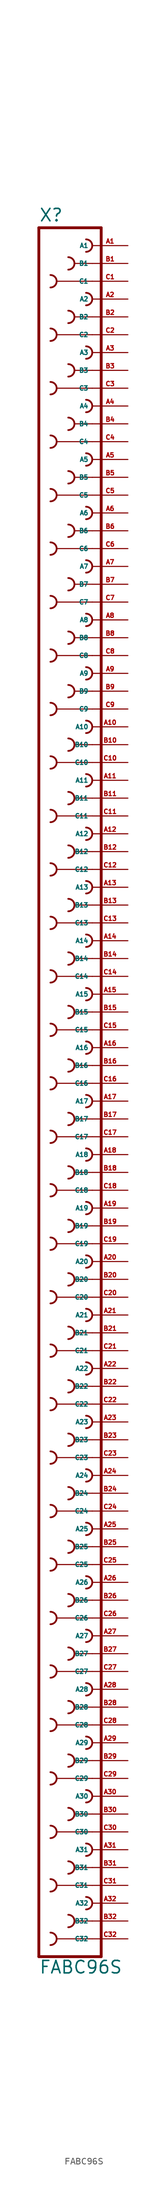
<source format=kicad_sym>
(kicad_symbol_lib
  (version 20220914)
  (generator Eagle2Kicad)
  (symbol "FABC96S"
    (property "Reference" "X"
      (at -5.08 112.522 0)
      (effects (font (size 1.778 1.778) (thickness 0.22)) (justify left bottom)))
    (property "Value" "FABC96S"
      (at -5.08 -137.16 0)
      (effects (font (size 1.778 1.778) (thickness 0.22)) (justify left bottom)))
    (polyline
      (pts (xy 3.81 -134.62) (xy -5.08 -134.62))
      (stroke (width 0.406) (type default))
      (fill (type none)))
    (polyline
      (pts (xy -5.08 111.76) (xy -5.08 -134.62))
      (stroke (width 0.406) (type default))
      (fill (type none)))
    (polyline
      (pts (xy -5.08 111.76) (xy 3.81 111.76))
      (stroke (width 0.406) (type default))
      (fill (type none)))
    (polyline
      (pts (xy 3.81 -134.62) (xy 3.81 111.76))
      (stroke (width 0.406) (type default))
      (fill (type none)))
    (arc
      (start -0.889 21.971)
      (mid 0.000 22.860)
      (end -0.889 23.749)
      (stroke (width 0.254) (type default))
      (fill (type none)))
    (arc
      (start 1.651 24.511)
      (mid 2.540 25.400)
      (end 1.651 26.289)
      (stroke (width 0.254) (type default))
      (fill (type none)))
    (arc
      (start -3.429 27.051)
      (mid -2.540 27.940)
      (end -3.429 28.829)
      (stroke (width 0.254) (type default))
      (fill (type none)))
    (arc
      (start -0.889 29.591)
      (mid 0.000 30.480)
      (end -0.889 31.369)
      (stroke (width 0.254) (type default))
      (fill (type none)))
    (arc
      (start 1.651 32.131)
      (mid 2.540 33.020)
      (end 1.651 33.909)
      (stroke (width 0.254) (type default))
      (fill (type none)))
    (arc
      (start -3.429 34.671)
      (mid -2.540 35.560)
      (end -3.429 36.449)
      (stroke (width 0.254) (type default))
      (fill (type none)))
    (arc
      (start 1.651 39.751)
      (mid 2.540 40.640)
      (end 1.651 41.529)
      (stroke (width 0.254) (type default))
      (fill (type none)))
    (arc
      (start -0.889 37.211)
      (mid 0.000 38.100)
      (end -0.889 38.989)
      (stroke (width 0.254) (type default))
      (fill (type none)))
    (arc
      (start -3.429 42.291)
      (mid -2.540 43.180)
      (end -3.429 44.069)
      (stroke (width 0.254) (type default))
      (fill (type none)))
    (arc
      (start 1.651 47.371)
      (mid 2.540 48.260)
      (end 1.651 49.149)
      (stroke (width 0.254) (type default))
      (fill (type none)))
    (arc
      (start -0.889 44.831)
      (mid 0.000 45.720)
      (end -0.889 46.609)
      (stroke (width 0.254) (type default))
      (fill (type none)))
    (arc
      (start -3.429 49.911)
      (mid -2.540 50.800)
      (end -3.429 51.689)
      (stroke (width 0.254) (type default))
      (fill (type none)))
    (arc
      (start -0.889 52.451)
      (mid 0.000 53.340)
      (end -0.889 54.229)
      (stroke (width 0.254) (type default))
      (fill (type none)))
    (arc
      (start -3.429 19.431)
      (mid -2.540 20.320)
      (end -3.429 21.209)
      (stroke (width 0.254) (type default))
      (fill (type none)))
    (arc
      (start 1.651 16.891)
      (mid 2.540 17.780)
      (end 1.651 18.669)
      (stroke (width 0.254) (type default))
      (fill (type none)))
    (arc
      (start -0.889 14.351)
      (mid 0.000 15.240)
      (end -0.889 16.129)
      (stroke (width 0.254) (type default))
      (fill (type none)))
    (arc
      (start -3.429 11.811)
      (mid -2.540 12.700)
      (end -3.429 13.589)
      (stroke (width 0.254) (type default))
      (fill (type none)))
    (arc
      (start 1.651 9.271)
      (mid 2.540 10.160)
      (end 1.651 11.049)
      (stroke (width 0.254) (type default))
      (fill (type none)))
    (arc
      (start -0.889 6.731)
      (mid 0.000 7.620)
      (end -0.889 8.509)
      (stroke (width 0.254) (type default))
      (fill (type none)))
    (arc
      (start -3.429 4.191)
      (mid -2.540 5.080)
      (end -3.429 5.969)
      (stroke (width 0.254) (type default))
      (fill (type none)))
    (arc
      (start 1.651 1.651)
      (mid 2.540 2.540)
      (end 1.651 3.429)
      (stroke (width 0.254) (type default))
      (fill (type none)))
    (arc
      (start -0.889 -0.889)
      (mid 0.000 0.000)
      (end -0.889 0.889)
      (stroke (width 0.254) (type default))
      (fill (type none)))
    (arc
      (start -3.429 -3.429)
      (mid -2.540 -2.540)
      (end -3.429 -1.651)
      (stroke (width 0.254) (type default))
      (fill (type none)))
    (arc
      (start 1.651 -5.969)
      (mid 2.540 -5.080)
      (end 1.651 -4.191)
      (stroke (width 0.254) (type default))
      (fill (type none)))
    (arc
      (start -0.889 -8.509)
      (mid 0.000 -7.620)
      (end -0.889 -6.731)
      (stroke (width 0.254) (type default))
      (fill (type none)))
    (arc
      (start -3.429 -11.049)
      (mid -2.540 -10.160)
      (end -3.429 -9.271)
      (stroke (width 0.254) (type default))
      (fill (type none)))
    (arc
      (start 1.651 -13.589)
      (mid 2.540 -12.700)
      (end 1.651 -11.811)
      (stroke (width 0.254) (type default))
      (fill (type none)))
    (arc
      (start -0.889 -16.129)
      (mid 0.000 -15.240)
      (end -0.889 -14.351)
      (stroke (width 0.254) (type default))
      (fill (type none)))
    (arc
      (start -3.429 -18.669)
      (mid -2.540 -17.780)
      (end -3.429 -16.891)
      (stroke (width 0.254) (type default))
      (fill (type none)))
    (arc
      (start 1.651 -21.209)
      (mid 2.540 -20.320)
      (end 1.651 -19.431)
      (stroke (width 0.254) (type default))
      (fill (type none)))
    (arc
      (start -0.889 -23.749)
      (mid 0.000 -22.860)
      (end -0.889 -21.971)
      (stroke (width 0.254) (type default))
      (fill (type none)))
    (arc
      (start -3.429 -26.289)
      (mid -2.540 -25.400)
      (end -3.429 -24.511)
      (stroke (width 0.254) (type default))
      (fill (type none)))
    (arc
      (start 1.651 -28.829)
      (mid 2.540 -27.940)
      (end 1.651 -27.051)
      (stroke (width 0.254) (type default))
      (fill (type none)))
    (arc
      (start 1.651 54.991)
      (mid 2.540 55.880)
      (end 1.651 56.769)
      (stroke (width 0.254) (type default))
      (fill (type none)))
    (arc
      (start -3.429 57.531)
      (mid -2.540 58.420)
      (end -3.429 59.309)
      (stroke (width 0.254) (type default))
      (fill (type none)))
    (arc
      (start -0.889 60.071)
      (mid 0.000 60.960)
      (end -0.889 61.849)
      (stroke (width 0.254) (type default))
      (fill (type none)))
    (arc
      (start 1.651 62.611)
      (mid 2.540 63.500)
      (end 1.651 64.389)
      (stroke (width 0.254) (type default))
      (fill (type none)))
    (arc
      (start -3.429 65.151)
      (mid -2.540 66.040)
      (end -3.429 66.929)
      (stroke (width 0.254) (type default))
      (fill (type none)))
    (arc
      (start -0.889 67.691)
      (mid 0.000 68.580)
      (end -0.889 69.469)
      (stroke (width 0.254) (type default))
      (fill (type none)))
    (arc
      (start 1.651 70.231)
      (mid 2.540 71.120)
      (end 1.651 72.009)
      (stroke (width 0.254) (type default))
      (fill (type none)))
    (arc
      (start -3.429 72.771)
      (mid -2.540 73.660)
      (end -3.429 74.549)
      (stroke (width 0.254) (type default))
      (fill (type none)))
    (arc
      (start -0.889 75.311)
      (mid 0.000 76.200)
      (end -0.889 77.089)
      (stroke (width 0.254) (type default))
      (fill (type none)))
    (arc
      (start 1.651 77.851)
      (mid 2.540 78.740)
      (end 1.651 79.629)
      (stroke (width 0.254) (type default))
      (fill (type none)))
    (arc
      (start -3.429 80.391)
      (mid -2.540 81.280)
      (end -3.429 82.169)
      (stroke (width 0.254) (type default))
      (fill (type none)))
    (arc
      (start -0.889 82.931)
      (mid 0.000 83.820)
      (end -0.889 84.709)
      (stroke (width 0.254) (type default))
      (fill (type none)))
    (arc
      (start 1.651 85.471)
      (mid 2.540 86.360)
      (end 1.651 87.249)
      (stroke (width 0.254) (type default))
      (fill (type none)))
    (arc
      (start -3.429 88.011)
      (mid -2.540 88.900)
      (end -3.429 89.789)
      (stroke (width 0.254) (type default))
      (fill (type none)))
    (arc
      (start -0.889 -31.369)
      (mid 0.000 -30.480)
      (end -0.889 -29.591)
      (stroke (width 0.254) (type default))
      (fill (type none)))
    (arc
      (start -3.429 -33.909)
      (mid -2.540 -33.020)
      (end -3.429 -32.131)
      (stroke (width 0.254) (type default))
      (fill (type none)))
    (arc
      (start 1.651 -36.449)
      (mid 2.540 -35.560)
      (end 1.651 -34.671)
      (stroke (width 0.254) (type default))
      (fill (type none)))
    (arc
      (start -0.889 -38.989)
      (mid 0.000 -38.100)
      (end -0.889 -37.211)
      (stroke (width 0.254) (type default))
      (fill (type none)))
    (arc
      (start -3.429 -41.529)
      (mid -2.540 -40.640)
      (end -3.429 -39.751)
      (stroke (width 0.254) (type default))
      (fill (type none)))
    (arc
      (start 1.651 -44.069)
      (mid 2.540 -43.180)
      (end 1.651 -42.291)
      (stroke (width 0.254) (type default))
      (fill (type none)))
    (arc
      (start -0.889 -46.609)
      (mid 0.000 -45.720)
      (end -0.889 -44.831)
      (stroke (width 0.254) (type default))
      (fill (type none)))
    (arc
      (start -3.429 -49.149)
      (mid -2.540 -48.260)
      (end -3.429 -47.371)
      (stroke (width 0.254) (type default))
      (fill (type none)))
    (arc
      (start 1.651 -51.689)
      (mid 2.540 -50.800)
      (end 1.651 -49.911)
      (stroke (width 0.254) (type default))
      (fill (type none)))
    (arc
      (start -0.889 -54.229)
      (mid 0.000 -53.340)
      (end -0.889 -52.451)
      (stroke (width 0.254) (type default))
      (fill (type none)))
    (arc
      (start -0.889 98.171)
      (mid 0.000 99.060)
      (end -0.889 99.949)
      (stroke (width 0.254) (type default))
      (fill (type none)))
    (arc
      (start -0.889 105.791)
      (mid 0.000 106.680)
      (end -0.889 107.569)
      (stroke (width 0.254) (type default))
      (fill (type none)))
    (arc
      (start -0.889 90.551)
      (mid 0.000 91.440)
      (end -0.889 92.329)
      (stroke (width 0.254) (type default))
      (fill (type none)))
    (arc
      (start 1.651 93.091)
      (mid 2.540 93.980)
      (end 1.651 94.869)
      (stroke (width 0.254) (type default))
      (fill (type none)))
    (arc
      (start -3.429 95.631)
      (mid -2.540 96.520)
      (end -3.429 97.409)
      (stroke (width 0.254) (type default))
      (fill (type none)))
    (arc
      (start 1.651 100.711)
      (mid 2.540 101.600)
      (end 1.651 102.489)
      (stroke (width 0.254) (type default))
      (fill (type none)))
    (arc
      (start 1.651 108.331)
      (mid 2.540 109.220)
      (end 1.651 110.109)
      (stroke (width 0.254) (type default))
      (fill (type none)))
    (polyline
      (pts (xy 2.54 106.68) (xy 0 106.68))
      (stroke (width 0.152) (type default))
      (fill (type none)))
    (polyline
      (pts (xy -2.54 104.14) (xy 2.54 104.14))
      (stroke (width 0.152) (type default))
      (fill (type none)))
    (arc
      (start -3.429 103.251)
      (mid -2.540 104.140)
      (end -3.429 105.029)
      (stroke (width 0.254) (type default))
      (fill (type none)))
    (polyline
      (pts (xy 2.54 99.06) (xy 0 99.06))
      (stroke (width 0.152) (type default))
      (fill (type none)))
    (polyline
      (pts (xy -2.54 96.52) (xy 2.54 96.52))
      (stroke (width 0.152) (type default))
      (fill (type none)))
    (polyline
      (pts (xy 2.54 91.44) (xy 0 91.44))
      (stroke (width 0.152) (type default))
      (fill (type none)))
    (polyline
      (pts (xy -2.54 88.9) (xy 2.54 88.9))
      (stroke (width 0.152) (type default))
      (fill (type none)))
    (polyline
      (pts (xy -2.54 81.28) (xy 2.54 81.28))
      (stroke (width 0.152) (type default))
      (fill (type none)))
    (polyline
      (pts (xy 2.54 83.82) (xy 0 83.82))
      (stroke (width 0.152) (type default))
      (fill (type none)))
    (polyline
      (pts (xy 2.54 76.2) (xy 0 76.2))
      (stroke (width 0.152) (type default))
      (fill (type none)))
    (polyline
      (pts (xy -2.54 73.66) (xy 2.54 73.66))
      (stroke (width 0.152) (type default))
      (fill (type none)))
    (polyline
      (pts (xy 2.54 68.58) (xy 0 68.58))
      (stroke (width 0.152) (type default))
      (fill (type none)))
    (polyline
      (pts (xy -2.54 66.04) (xy 2.54 66.04))
      (stroke (width 0.152) (type default))
      (fill (type none)))
    (polyline
      (pts (xy 2.54 60.96) (xy 0 60.96))
      (stroke (width 0.152) (type default))
      (fill (type none)))
    (polyline
      (pts (xy -2.54 58.42) (xy 2.54 58.42))
      (stroke (width 0.152) (type default))
      (fill (type none)))
    (polyline
      (pts (xy 2.54 53.34) (xy 0 53.34))
      (stroke (width 0.152) (type default))
      (fill (type none)))
    (polyline
      (pts (xy -2.54 50.8) (xy 2.54 50.8))
      (stroke (width 0.152) (type default))
      (fill (type none)))
    (polyline
      (pts (xy 2.54 45.72) (xy 0 45.72))
      (stroke (width 0.152) (type default))
      (fill (type none)))
    (polyline
      (pts (xy -2.54 43.18) (xy 2.54 43.18))
      (stroke (width 0.152) (type default))
      (fill (type none)))
    (polyline
      (pts (xy 2.54 38.1) (xy 0 38.1))
      (stroke (width 0.152) (type default))
      (fill (type none)))
    (polyline
      (pts (xy -2.54 35.56) (xy 2.54 35.56))
      (stroke (width 0.152) (type default))
      (fill (type none)))
    (polyline
      (pts (xy 2.54 30.48) (xy 0 30.48))
      (stroke (width 0.152) (type default))
      (fill (type none)))
    (polyline
      (pts (xy -2.54 27.94) (xy 2.54 27.94))
      (stroke (width 0.152) (type default))
      (fill (type none)))
    (polyline
      (pts (xy 2.54 22.86) (xy 0 22.86))
      (stroke (width 0.152) (type default))
      (fill (type none)))
    (polyline
      (pts (xy -2.54 20.32) (xy 2.54 20.32))
      (stroke (width 0.152) (type default))
      (fill (type none)))
    (polyline
      (pts (xy 2.54 15.24) (xy 0 15.24))
      (stroke (width 0.152) (type default))
      (fill (type none)))
    (polyline
      (pts (xy -2.54 12.7) (xy 2.54 12.7))
      (stroke (width 0.152) (type default))
      (fill (type none)))
    (polyline
      (pts (xy 2.54 7.62) (xy 0 7.62))
      (stroke (width 0.152) (type default))
      (fill (type none)))
    (polyline
      (pts (xy -2.54 5.08) (xy 2.54 5.08))
      (stroke (width 0.152) (type default))
      (fill (type none)))
    (polyline
      (pts (xy 2.54 0) (xy 0 0))
      (stroke (width 0.152) (type default))
      (fill (type none)))
    (polyline
      (pts (xy -2.54 -2.54) (xy 2.54 -2.54))
      (stroke (width 0.152) (type default))
      (fill (type none)))
    (polyline
      (pts (xy 2.54 -7.62) (xy 0 -7.62))
      (stroke (width 0.152) (type default))
      (fill (type none)))
    (polyline
      (pts (xy -2.54 -10.16) (xy 2.54 -10.16))
      (stroke (width 0.152) (type default))
      (fill (type none)))
    (polyline
      (pts (xy 2.54 -15.24) (xy 0 -15.24))
      (stroke (width 0.152) (type default))
      (fill (type none)))
    (polyline
      (pts (xy -2.54 -17.78) (xy 2.54 -17.78))
      (stroke (width 0.152) (type default))
      (fill (type none)))
    (polyline
      (pts (xy 2.54 -22.86) (xy 0 -22.86))
      (stroke (width 0.152) (type default))
      (fill (type none)))
    (polyline
      (pts (xy -2.54 -25.4) (xy 2.54 -25.4))
      (stroke (width 0.152) (type default))
      (fill (type none)))
    (polyline
      (pts (xy 2.54 -30.48) (xy 0 -30.48))
      (stroke (width 0.152) (type default))
      (fill (type none)))
    (polyline
      (pts (xy -2.54 -33.02) (xy 2.54 -33.02))
      (stroke (width 0.152) (type default))
      (fill (type none)))
    (polyline
      (pts (xy 2.54 -38.1) (xy 0 -38.1))
      (stroke (width 0.152) (type default))
      (fill (type none)))
    (polyline
      (pts (xy -2.54 -40.64) (xy 2.54 -40.64))
      (stroke (width 0.152) (type default))
      (fill (type none)))
    (polyline
      (pts (xy 2.54 -45.72) (xy 0 -45.72))
      (stroke (width 0.152) (type default))
      (fill (type none)))
    (polyline
      (pts (xy -2.54 -48.26) (xy 2.54 -48.26))
      (stroke (width 0.152) (type default))
      (fill (type none)))
    (polyline
      (pts (xy 2.54 -53.34) (xy 0 -53.34))
      (stroke (width 0.152) (type default))
      (fill (type none)))
    (arc
      (start -3.429 -56.769)
      (mid -2.540 -55.880)
      (end -3.429 -54.991)
      (stroke (width 0.254) (type default))
      (fill (type none)))
    (polyline
      (pts (xy -2.54 -55.88) (xy 2.54 -55.88))
      (stroke (width 0.152) (type default))
      (fill (type none)))
    (arc
      (start 1.651 -59.309)
      (mid 2.540 -58.420)
      (end 1.651 -57.531)
      (stroke (width 0.254) (type default))
      (fill (type none)))
    (arc
      (start -0.889 -61.849)
      (mid 0.000 -60.960)
      (end -0.889 -60.071)
      (stroke (width 0.254) (type default))
      (fill (type none)))
    (arc
      (start -3.429 -64.389)
      (mid -2.540 -63.500)
      (end -3.429 -62.611)
      (stroke (width 0.254) (type default))
      (fill (type none)))
    (arc
      (start 1.651 -66.929)
      (mid 2.540 -66.040)
      (end 1.651 -65.151)
      (stroke (width 0.254) (type default))
      (fill (type none)))
    (arc
      (start -0.889 -69.469)
      (mid 0.000 -68.580)
      (end -0.889 -67.691)
      (stroke (width 0.254) (type default))
      (fill (type none)))
    (arc
      (start -3.429 -72.009)
      (mid -2.540 -71.120)
      (end -3.429 -70.231)
      (stroke (width 0.254) (type default))
      (fill (type none)))
    (arc
      (start 1.651 -74.549)
      (mid 2.540 -73.660)
      (end 1.651 -72.771)
      (stroke (width 0.254) (type default))
      (fill (type none)))
    (arc
      (start -0.889 -77.089)
      (mid 0.000 -76.200)
      (end -0.889 -75.311)
      (stroke (width 0.254) (type default))
      (fill (type none)))
    (arc
      (start -3.429 -79.629)
      (mid -2.540 -78.740)
      (end -3.429 -77.851)
      (stroke (width 0.254) (type default))
      (fill (type none)))
    (polyline
      (pts (xy 2.54 -60.96) (xy 0 -60.96))
      (stroke (width 0.152) (type default))
      (fill (type none)))
    (polyline
      (pts (xy -2.54 -63.5) (xy 2.54 -63.5))
      (stroke (width 0.152) (type default))
      (fill (type none)))
    (polyline
      (pts (xy 2.54 -68.58) (xy 0 -68.58))
      (stroke (width 0.152) (type default))
      (fill (type none)))
    (polyline
      (pts (xy -2.54 -71.12) (xy 2.54 -71.12))
      (stroke (width 0.152) (type default))
      (fill (type none)))
    (polyline
      (pts (xy 2.54 -76.2) (xy 0 -76.2))
      (stroke (width 0.152) (type default))
      (fill (type none)))
    (polyline
      (pts (xy -2.54 -78.74) (xy 2.54 -78.74))
      (stroke (width 0.152) (type default))
      (fill (type none)))
    (arc
      (start 1.651 -82.169)
      (mid 2.540 -81.280)
      (end 1.651 -80.391)
      (stroke (width 0.254) (type default))
      (fill (type none)))
    (arc
      (start -0.889 -84.709)
      (mid 0.000 -83.820)
      (end -0.889 -82.931)
      (stroke (width 0.254) (type default))
      (fill (type none)))
    (arc
      (start -3.429 -87.249)
      (mid -2.540 -86.360)
      (end -3.429 -85.471)
      (stroke (width 0.254) (type default))
      (fill (type none)))
    (polyline
      (pts (xy 2.54 -83.82) (xy 0 -83.82))
      (stroke (width 0.152) (type default))
      (fill (type none)))
    (polyline
      (pts (xy -2.54 -86.36) (xy 2.54 -86.36))
      (stroke (width 0.152) (type default))
      (fill (type none)))
    (arc
      (start 1.651 -89.789)
      (mid 2.540 -88.900)
      (end 1.651 -88.011)
      (stroke (width 0.254) (type default))
      (fill (type none)))
    (arc
      (start 1.651 -97.409)
      (mid 2.540 -96.520)
      (end 1.651 -95.631)
      (stroke (width 0.254) (type default))
      (fill (type none)))
    (arc
      (start 1.651 -105.029)
      (mid 2.540 -104.140)
      (end 1.651 -103.251)
      (stroke (width 0.254) (type default))
      (fill (type none)))
    (polyline
      (pts (xy 2.54 -91.44) (xy 0 -91.44))
      (stroke (width 0.152) (type default))
      (fill (type none)))
    (polyline
      (pts (xy 2.54 -99.06) (xy 0 -99.06))
      (stroke (width 0.152) (type default))
      (fill (type none)))
    (polyline
      (pts (xy 2.54 -106.68) (xy 0 -106.68))
      (stroke (width 0.152) (type default))
      (fill (type none)))
    (arc
      (start -0.889 -92.329)
      (mid 0.000 -91.440)
      (end -0.889 -90.551)
      (stroke (width 0.254) (type default))
      (fill (type none)))
    (arc
      (start -0.889 -99.949)
      (mid 0.000 -99.060)
      (end -0.889 -98.171)
      (stroke (width 0.254) (type default))
      (fill (type none)))
    (arc
      (start -0.889 -107.569)
      (mid 0.000 -106.680)
      (end -0.889 -105.791)
      (stroke (width 0.254) (type default))
      (fill (type none)))
    (polyline
      (pts (xy -2.54 -93.98) (xy 2.54 -93.98))
      (stroke (width 0.152) (type default))
      (fill (type none)))
    (polyline
      (pts (xy -2.54 -101.6) (xy 2.54 -101.6))
      (stroke (width 0.152) (type default))
      (fill (type none)))
    (arc
      (start -3.429 -94.869)
      (mid -2.540 -93.980)
      (end -3.429 -93.091)
      (stroke (width 0.254) (type default))
      (fill (type none)))
    (arc
      (start -3.429 -102.489)
      (mid -2.540 -101.600)
      (end -3.429 -100.711)
      (stroke (width 0.254) (type default))
      (fill (type none)))
    (polyline
      (pts (xy -2.54 -109.22) (xy 2.54 -109.22))
      (stroke (width 0.152) (type default))
      (fill (type none)))
    (arc
      (start -3.429 -110.109)
      (mid -2.540 -109.220)
      (end -3.429 -108.331)
      (stroke (width 0.254) (type default))
      (fill (type none)))
    (arc
      (start 1.651 -112.649)
      (mid 2.540 -111.760)
      (end 1.651 -110.871)
      (stroke (width 0.254) (type default))
      (fill (type none)))
    (arc
      (start -0.889 -115.189)
      (mid 0.000 -114.300)
      (end -0.889 -113.411)
      (stroke (width 0.254) (type default))
      (fill (type none)))
    (arc
      (start -3.429 -117.729)
      (mid -2.540 -116.840)
      (end -3.429 -115.951)
      (stroke (width 0.254) (type default))
      (fill (type none)))
    (arc
      (start 1.651 -120.269)
      (mid 2.540 -119.380)
      (end 1.651 -118.491)
      (stroke (width 0.254) (type default))
      (fill (type none)))
    (arc
      (start -0.889 -122.809)
      (mid 0.000 -121.920)
      (end -0.889 -121.031)
      (stroke (width 0.254) (type default))
      (fill (type none)))
    (arc
      (start -3.429 -125.349)
      (mid -2.540 -124.460)
      (end -3.429 -123.571)
      (stroke (width 0.254) (type default))
      (fill (type none)))
    (polyline
      (pts (xy 2.54 -114.3) (xy 0 -114.3))
      (stroke (width 0.152) (type default))
      (fill (type none)))
    (polyline
      (pts (xy -2.54 -116.84) (xy 2.54 -116.84))
      (stroke (width 0.152) (type default))
      (fill (type none)))
    (polyline
      (pts (xy 2.54 -121.92) (xy 0 -121.92))
      (stroke (width 0.152) (type default))
      (fill (type none)))
    (polyline
      (pts (xy -2.54 -124.46) (xy 2.54 -124.46))
      (stroke (width 0.152) (type default))
      (fill (type none)))
    (arc
      (start 1.651 -127.889)
      (mid 2.540 -127.000)
      (end 1.651 -126.111)
      (stroke (width 0.254) (type default))
      (fill (type none)))
    (arc
      (start -0.889 -130.429)
      (mid 0.000 -129.540)
      (end -0.889 -128.651)
      (stroke (width 0.254) (type default))
      (fill (type none)))
    (polyline
      (pts (xy -2.54 -132.08) (xy 2.54 -132.08))
      (stroke (width 0.152) (type default))
      (fill (type none)))
    (arc
      (start -3.429 -132.969)
      (mid -2.540 -132.080)
      (end -3.429 -131.191)
      (stroke (width 0.254) (type default))
      (fill (type none)))
    (polyline
      (pts (xy 2.54 -129.54) (xy 0 -129.54))
      (stroke (width 0.152) (type default))
      (fill (type none)))
    (pin passive line
      (at 7.62 106.68 180)
      (length 5.08)
      (name "B1" (effects (font (size 0.635 0.635) (thickness 0.08)) (justify left bottom)))
      (number "B1" (effects (font (size 0.635 0.635) (thickness 0.08)) (justify left bottom))))
    (pin passive line
      (at 7.62 99.06 180)
      (length 5.08)
      (name "B2" (effects (font (size 0.635 0.635) (thickness 0.08)) (justify left bottom)))
      (number "B2" (effects (font (size 0.635 0.635) (thickness 0.08)) (justify left bottom))))
    (pin passive line
      (at 7.62 91.44 180)
      (length 5.08)
      (name "B3" (effects (font (size 0.635 0.635) (thickness 0.08)) (justify left bottom)))
      (number "B3" (effects (font (size 0.635 0.635) (thickness 0.08)) (justify left bottom))))
    (pin passive line
      (at 7.62 83.82 180)
      (length 5.08)
      (name "B4" (effects (font (size 0.635 0.635) (thickness 0.08)) (justify left bottom)))
      (number "B4" (effects (font (size 0.635 0.635) (thickness 0.08)) (justify left bottom))))
    (pin passive line
      (at 7.62 76.2 180)
      (length 5.08)
      (name "B5" (effects (font (size 0.635 0.635) (thickness 0.08)) (justify left bottom)))
      (number "B5" (effects (font (size 0.635 0.635) (thickness 0.08)) (justify left bottom))))
    (pin passive line
      (at 7.62 68.58 180)
      (length 5.08)
      (name "B6" (effects (font (size 0.635 0.635) (thickness 0.08)) (justify left bottom)))
      (number "B6" (effects (font (size 0.635 0.635) (thickness 0.08)) (justify left bottom))))
    (pin passive line
      (at 7.62 60.96 180)
      (length 5.08)
      (name "B7" (effects (font (size 0.635 0.635) (thickness 0.08)) (justify left bottom)))
      (number "B7" (effects (font (size 0.635 0.635) (thickness 0.08)) (justify left bottom))))
    (pin passive line
      (at 7.62 53.34 180)
      (length 5.08)
      (name "B8" (effects (font (size 0.635 0.635) (thickness 0.08)) (justify left bottom)))
      (number "B8" (effects (font (size 0.635 0.635) (thickness 0.08)) (justify left bottom))))
    (pin passive line
      (at 7.62 45.72 180)
      (length 5.08)
      (name "B9" (effects (font (size 0.635 0.635) (thickness 0.08)) (justify left bottom)))
      (number "B9" (effects (font (size 0.635 0.635) (thickness 0.08)) (justify left bottom))))
    (pin passive line
      (at 7.62 38.1 180)
      (length 5.08)
      (name "B10" (effects (font (size 0.635 0.635) (thickness 0.08)) (justify left bottom)))
      (number "B10" (effects (font (size 0.635 0.635) (thickness 0.08)) (justify left bottom))))
    (pin passive line
      (at 7.62 30.48 180)
      (length 5.08)
      (name "B11" (effects (font (size 0.635 0.635) (thickness 0.08)) (justify left bottom)))
      (number "B11" (effects (font (size 0.635 0.635) (thickness 0.08)) (justify left bottom))))
    (pin passive line
      (at 7.62 22.86 180)
      (length 5.08)
      (name "B12" (effects (font (size 0.635 0.635) (thickness 0.08)) (justify left bottom)))
      (number "B12" (effects (font (size 0.635 0.635) (thickness 0.08)) (justify left bottom))))
    (pin passive line
      (at 7.62 15.24 180)
      (length 5.08)
      (name "B13" (effects (font (size 0.635 0.635) (thickness 0.08)) (justify left bottom)))
      (number "B13" (effects (font (size 0.635 0.635) (thickness 0.08)) (justify left bottom))))
    (pin passive line
      (at 7.62 7.62 180)
      (length 5.08)
      (name "B14" (effects (font (size 0.635 0.635) (thickness 0.08)) (justify left bottom)))
      (number "B14" (effects (font (size 0.635 0.635) (thickness 0.08)) (justify left bottom))))
    (pin passive line
      (at 7.62 0 180)
      (length 5.08)
      (name "B15" (effects (font (size 0.635 0.635) (thickness 0.08)) (justify left bottom)))
      (number "B15" (effects (font (size 0.635 0.635) (thickness 0.08)) (justify left bottom))))
    (pin passive line
      (at 7.62 -7.62 180)
      (length 5.08)
      (name "B16" (effects (font (size 0.635 0.635) (thickness 0.08)) (justify left bottom)))
      (number "B16" (effects (font (size 0.635 0.635) (thickness 0.08)) (justify left bottom))))
    (pin passive line
      (at 7.62 -15.24 180)
      (length 5.08)
      (name "B17" (effects (font (size 0.635 0.635) (thickness 0.08)) (justify left bottom)))
      (number "B17" (effects (font (size 0.635 0.635) (thickness 0.08)) (justify left bottom))))
    (pin passive line
      (at 7.62 -22.86 180)
      (length 5.08)
      (name "B18" (effects (font (size 0.635 0.635) (thickness 0.08)) (justify left bottom)))
      (number "B18" (effects (font (size 0.635 0.635) (thickness 0.08)) (justify left bottom))))
    (pin passive line
      (at 7.62 -30.48 180)
      (length 5.08)
      (name "B19" (effects (font (size 0.635 0.635) (thickness 0.08)) (justify left bottom)))
      (number "B19" (effects (font (size 0.635 0.635) (thickness 0.08)) (justify left bottom))))
    (pin passive line
      (at 7.62 -38.1 180)
      (length 5.08)
      (name "B20" (effects (font (size 0.635 0.635) (thickness 0.08)) (justify left bottom)))
      (number "B20" (effects (font (size 0.635 0.635) (thickness 0.08)) (justify left bottom))))
    (pin passive line
      (at 7.62 -45.72 180)
      (length 5.08)
      (name "B21" (effects (font (size 0.635 0.635) (thickness 0.08)) (justify left bottom)))
      (number "B21" (effects (font (size 0.635 0.635) (thickness 0.08)) (justify left bottom))))
    (pin passive line
      (at 7.62 -53.34 180)
      (length 5.08)
      (name "B22" (effects (font (size 0.635 0.635) (thickness 0.08)) (justify left bottom)))
      (number "B22" (effects (font (size 0.635 0.635) (thickness 0.08)) (justify left bottom))))
    (pin passive line
      (at 7.62 -60.96 180)
      (length 5.08)
      (name "B23" (effects (font (size 0.635 0.635) (thickness 0.08)) (justify left bottom)))
      (number "B23" (effects (font (size 0.635 0.635) (thickness 0.08)) (justify left bottom))))
    (pin passive line
      (at 7.62 -68.58 180)
      (length 5.08)
      (name "B24" (effects (font (size 0.635 0.635) (thickness 0.08)) (justify left bottom)))
      (number "B24" (effects (font (size 0.635 0.635) (thickness 0.08)) (justify left bottom))))
    (pin passive line
      (at 7.62 -76.2 180)
      (length 5.08)
      (name "B25" (effects (font (size 0.635 0.635) (thickness 0.08)) (justify left bottom)))
      (number "B25" (effects (font (size 0.635 0.635) (thickness 0.08)) (justify left bottom))))
    (pin passive line
      (at 7.62 -83.82 180)
      (length 5.08)
      (name "B26" (effects (font (size 0.635 0.635) (thickness 0.08)) (justify left bottom)))
      (number "B26" (effects (font (size 0.635 0.635) (thickness 0.08)) (justify left bottom))))
    (pin passive line
      (at 7.62 -91.44 180)
      (length 5.08)
      (name "B27" (effects (font (size 0.635 0.635) (thickness 0.08)) (justify left bottom)))
      (number "B27" (effects (font (size 0.635 0.635) (thickness 0.08)) (justify left bottom))))
    (pin passive line
      (at 7.62 -99.06 180)
      (length 5.08)
      (name "B28" (effects (font (size 0.635 0.635) (thickness 0.08)) (justify left bottom)))
      (number "B28" (effects (font (size 0.635 0.635) (thickness 0.08)) (justify left bottom))))
    (pin passive line
      (at 7.62 -106.68 180)
      (length 5.08)
      (name "B29" (effects (font (size 0.635 0.635) (thickness 0.08)) (justify left bottom)))
      (number "B29" (effects (font (size 0.635 0.635) (thickness 0.08)) (justify left bottom))))
    (pin passive line
      (at 7.62 -114.3 180)
      (length 5.08)
      (name "B30" (effects (font (size 0.635 0.635) (thickness 0.08)) (justify left bottom)))
      (number "B30" (effects (font (size 0.635 0.635) (thickness 0.08)) (justify left bottom))))
    (pin passive line
      (at 7.62 -121.92 180)
      (length 5.08)
      (name "B31" (effects (font (size 0.635 0.635) (thickness 0.08)) (justify left bottom)))
      (number "B31" (effects (font (size 0.635 0.635) (thickness 0.08)) (justify left bottom))))
    (pin passive line
      (at 7.62 -129.54 180)
      (length 5.08)
      (name "B32" (effects (font (size 0.635 0.635) (thickness 0.08)) (justify left bottom)))
      (number "B32" (effects (font (size 0.635 0.635) (thickness 0.08)) (justify left bottom))))
    (pin passive line
      (at 7.62 109.22 180)
      (length 5.08)
      (name "A1" (effects (font (size 0.635 0.635) (thickness 0.08)) (justify left bottom)))
      (number "A1" (effects (font (size 0.635 0.635) (thickness 0.08)) (justify left bottom))))
    (pin passive line
      (at 7.62 101.6 180)
      (length 5.08)
      (name "A2" (effects (font (size 0.635 0.635) (thickness 0.08)) (justify left bottom)))
      (number "A2" (effects (font (size 0.635 0.635) (thickness 0.08)) (justify left bottom))))
    (pin passive line
      (at 7.62 93.98 180)
      (length 5.08)
      (name "A3" (effects (font (size 0.635 0.635) (thickness 0.08)) (justify left bottom)))
      (number "A3" (effects (font (size 0.635 0.635) (thickness 0.08)) (justify left bottom))))
    (pin passive line
      (at 7.62 86.36 180)
      (length 5.08)
      (name "A4" (effects (font (size 0.635 0.635) (thickness 0.08)) (justify left bottom)))
      (number "A4" (effects (font (size 0.635 0.635) (thickness 0.08)) (justify left bottom))))
    (pin passive line
      (at 7.62 78.74 180)
      (length 5.08)
      (name "A5" (effects (font (size 0.635 0.635) (thickness 0.08)) (justify left bottom)))
      (number "A5" (effects (font (size 0.635 0.635) (thickness 0.08)) (justify left bottom))))
    (pin passive line
      (at 7.62 71.12 180)
      (length 5.08)
      (name "A6" (effects (font (size 0.635 0.635) (thickness 0.08)) (justify left bottom)))
      (number "A6" (effects (font (size 0.635 0.635) (thickness 0.08)) (justify left bottom))))
    (pin passive line
      (at 7.62 63.5 180)
      (length 5.08)
      (name "A7" (effects (font (size 0.635 0.635) (thickness 0.08)) (justify left bottom)))
      (number "A7" (effects (font (size 0.635 0.635) (thickness 0.08)) (justify left bottom))))
    (pin passive line
      (at 7.62 55.88 180)
      (length 5.08)
      (name "A8" (effects (font (size 0.635 0.635) (thickness 0.08)) (justify left bottom)))
      (number "A8" (effects (font (size 0.635 0.635) (thickness 0.08)) (justify left bottom))))
    (pin passive line
      (at 7.62 48.26 180)
      (length 5.08)
      (name "A9" (effects (font (size 0.635 0.635) (thickness 0.08)) (justify left bottom)))
      (number "A9" (effects (font (size 0.635 0.635) (thickness 0.08)) (justify left bottom))))
    (pin passive line
      (at 7.62 40.64 180)
      (length 5.08)
      (name "A10" (effects (font (size 0.635 0.635) (thickness 0.08)) (justify left bottom)))
      (number "A10" (effects (font (size 0.635 0.635) (thickness 0.08)) (justify left bottom))))
    (pin passive line
      (at 7.62 33.02 180)
      (length 5.08)
      (name "A11" (effects (font (size 0.635 0.635) (thickness 0.08)) (justify left bottom)))
      (number "A11" (effects (font (size 0.635 0.635) (thickness 0.08)) (justify left bottom))))
    (pin passive line
      (at 7.62 25.4 180)
      (length 5.08)
      (name "A12" (effects (font (size 0.635 0.635) (thickness 0.08)) (justify left bottom)))
      (number "A12" (effects (font (size 0.635 0.635) (thickness 0.08)) (justify left bottom))))
    (pin passive line
      (at 7.62 17.78 180)
      (length 5.08)
      (name "A13" (effects (font (size 0.635 0.635) (thickness 0.08)) (justify left bottom)))
      (number "A13" (effects (font (size 0.635 0.635) (thickness 0.08)) (justify left bottom))))
    (pin passive line
      (at 7.62 10.16 180)
      (length 5.08)
      (name "A14" (effects (font (size 0.635 0.635) (thickness 0.08)) (justify left bottom)))
      (number "A14" (effects (font (size 0.635 0.635) (thickness 0.08)) (justify left bottom))))
    (pin passive line
      (at 7.62 2.54 180)
      (length 5.08)
      (name "A15" (effects (font (size 0.635 0.635) (thickness 0.08)) (justify left bottom)))
      (number "A15" (effects (font (size 0.635 0.635) (thickness 0.08)) (justify left bottom))))
    (pin passive line
      (at 7.62 -5.08 180)
      (length 5.08)
      (name "A16" (effects (font (size 0.635 0.635) (thickness 0.08)) (justify left bottom)))
      (number "A16" (effects (font (size 0.635 0.635) (thickness 0.08)) (justify left bottom))))
    (pin passive line
      (at 7.62 -12.7 180)
      (length 5.08)
      (name "A17" (effects (font (size 0.635 0.635) (thickness 0.08)) (justify left bottom)))
      (number "A17" (effects (font (size 0.635 0.635) (thickness 0.08)) (justify left bottom))))
    (pin passive line
      (at 7.62 -20.32 180)
      (length 5.08)
      (name "A18" (effects (font (size 0.635 0.635) (thickness 0.08)) (justify left bottom)))
      (number "A18" (effects (font (size 0.635 0.635) (thickness 0.08)) (justify left bottom))))
    (pin passive line
      (at 7.62 -27.94 180)
      (length 5.08)
      (name "A19" (effects (font (size 0.635 0.635) (thickness 0.08)) (justify left bottom)))
      (number "A19" (effects (font (size 0.635 0.635) (thickness 0.08)) (justify left bottom))))
    (pin passive line
      (at 7.62 -35.56 180)
      (length 5.08)
      (name "A20" (effects (font (size 0.635 0.635) (thickness 0.08)) (justify left bottom)))
      (number "A20" (effects (font (size 0.635 0.635) (thickness 0.08)) (justify left bottom))))
    (pin passive line
      (at 7.62 -43.18 180)
      (length 5.08)
      (name "A21" (effects (font (size 0.635 0.635) (thickness 0.08)) (justify left bottom)))
      (number "A21" (effects (font (size 0.635 0.635) (thickness 0.08)) (justify left bottom))))
    (pin passive line
      (at 7.62 -50.8 180)
      (length 5.08)
      (name "A22" (effects (font (size 0.635 0.635) (thickness 0.08)) (justify left bottom)))
      (number "A22" (effects (font (size 0.635 0.635) (thickness 0.08)) (justify left bottom))))
    (pin passive line
      (at 7.62 -58.42 180)
      (length 5.08)
      (name "A23" (effects (font (size 0.635 0.635) (thickness 0.08)) (justify left bottom)))
      (number "A23" (effects (font (size 0.635 0.635) (thickness 0.08)) (justify left bottom))))
    (pin passive line
      (at 7.62 -66.04 180)
      (length 5.08)
      (name "A24" (effects (font (size 0.635 0.635) (thickness 0.08)) (justify left bottom)))
      (number "A24" (effects (font (size 0.635 0.635) (thickness 0.08)) (justify left bottom))))
    (pin passive line
      (at 7.62 -73.66 180)
      (length 5.08)
      (name "A25" (effects (font (size 0.635 0.635) (thickness 0.08)) (justify left bottom)))
      (number "A25" (effects (font (size 0.635 0.635) (thickness 0.08)) (justify left bottom))))
    (pin passive line
      (at 7.62 -81.28 180)
      (length 5.08)
      (name "A26" (effects (font (size 0.635 0.635) (thickness 0.08)) (justify left bottom)))
      (number "A26" (effects (font (size 0.635 0.635) (thickness 0.08)) (justify left bottom))))
    (pin passive line
      (at 7.62 -88.9 180)
      (length 5.08)
      (name "A27" (effects (font (size 0.635 0.635) (thickness 0.08)) (justify left bottom)))
      (number "A27" (effects (font (size 0.635 0.635) (thickness 0.08)) (justify left bottom))))
    (pin passive line
      (at 7.62 -96.52 180)
      (length 5.08)
      (name "A28" (effects (font (size 0.635 0.635) (thickness 0.08)) (justify left bottom)))
      (number "A28" (effects (font (size 0.635 0.635) (thickness 0.08)) (justify left bottom))))
    (pin passive line
      (at 7.62 -104.14 180)
      (length 5.08)
      (name "A29" (effects (font (size 0.635 0.635) (thickness 0.08)) (justify left bottom)))
      (number "A29" (effects (font (size 0.635 0.635) (thickness 0.08)) (justify left bottom))))
    (pin passive line
      (at 7.62 -111.76 180)
      (length 5.08)
      (name "A30" (effects (font (size 0.635 0.635) (thickness 0.08)) (justify left bottom)))
      (number "A30" (effects (font (size 0.635 0.635) (thickness 0.08)) (justify left bottom))))
    (pin passive line
      (at 7.62 -119.38 180)
      (length 5.08)
      (name "A31" (effects (font (size 0.635 0.635) (thickness 0.08)) (justify left bottom)))
      (number "A31" (effects (font (size 0.635 0.635) (thickness 0.08)) (justify left bottom))))
    (pin passive line
      (at 7.62 -127 180)
      (length 5.08)
      (name "A32" (effects (font (size 0.635 0.635) (thickness 0.08)) (justify left bottom)))
      (number "A32" (effects (font (size 0.635 0.635) (thickness 0.08)) (justify left bottom))))
    (pin passive line
      (at 7.62 104.14 180)
      (length 5.08)
      (name "C1" (effects (font (size 0.635 0.635) (thickness 0.08)) (justify left bottom)))
      (number "C1" (effects (font (size 0.635 0.635) (thickness 0.08)) (justify left bottom))))
    (pin passive line
      (at 7.62 96.52 180)
      (length 5.08)
      (name "C2" (effects (font (size 0.635 0.635) (thickness 0.08)) (justify left bottom)))
      (number "C2" (effects (font (size 0.635 0.635) (thickness 0.08)) (justify left bottom))))
    (pin passive line
      (at 7.62 88.9 180)
      (length 5.08)
      (name "C3" (effects (font (size 0.635 0.635) (thickness 0.08)) (justify left bottom)))
      (number "C3" (effects (font (size 0.635 0.635) (thickness 0.08)) (justify left bottom))))
    (pin passive line
      (at 7.62 81.28 180)
      (length 5.08)
      (name "C4" (effects (font (size 0.635 0.635) (thickness 0.08)) (justify left bottom)))
      (number "C4" (effects (font (size 0.635 0.635) (thickness 0.08)) (justify left bottom))))
    (pin passive line
      (at 7.62 73.66 180)
      (length 5.08)
      (name "C5" (effects (font (size 0.635 0.635) (thickness 0.08)) (justify left bottom)))
      (number "C5" (effects (font (size 0.635 0.635) (thickness 0.08)) (justify left bottom))))
    (pin passive line
      (at 7.62 66.04 180)
      (length 5.08)
      (name "C6" (effects (font (size 0.635 0.635) (thickness 0.08)) (justify left bottom)))
      (number "C6" (effects (font (size 0.635 0.635) (thickness 0.08)) (justify left bottom))))
    (pin passive line
      (at 7.62 58.42 180)
      (length 5.08)
      (name "C7" (effects (font (size 0.635 0.635) (thickness 0.08)) (justify left bottom)))
      (number "C7" (effects (font (size 0.635 0.635) (thickness 0.08)) (justify left bottom))))
    (pin passive line
      (at 7.62 50.8 180)
      (length 5.08)
      (name "C8" (effects (font (size 0.635 0.635) (thickness 0.08)) (justify left bottom)))
      (number "C8" (effects (font (size 0.635 0.635) (thickness 0.08)) (justify left bottom))))
    (pin passive line
      (at 7.62 43.18 180)
      (length 5.08)
      (name "C9" (effects (font (size 0.635 0.635) (thickness 0.08)) (justify left bottom)))
      (number "C9" (effects (font (size 0.635 0.635) (thickness 0.08)) (justify left bottom))))
    (pin passive line
      (at 7.62 35.56 180)
      (length 5.08)
      (name "C10" (effects (font (size 0.635 0.635) (thickness 0.08)) (justify left bottom)))
      (number "C10" (effects (font (size 0.635 0.635) (thickness 0.08)) (justify left bottom))))
    (pin passive line
      (at 7.62 27.94 180)
      (length 5.08)
      (name "C11" (effects (font (size 0.635 0.635) (thickness 0.08)) (justify left bottom)))
      (number "C11" (effects (font (size 0.635 0.635) (thickness 0.08)) (justify left bottom))))
    (pin passive line
      (at 7.62 20.32 180)
      (length 5.08)
      (name "C12" (effects (font (size 0.635 0.635) (thickness 0.08)) (justify left bottom)))
      (number "C12" (effects (font (size 0.635 0.635) (thickness 0.08)) (justify left bottom))))
    (pin passive line
      (at 7.62 12.7 180)
      (length 5.08)
      (name "C13" (effects (font (size 0.635 0.635) (thickness 0.08)) (justify left bottom)))
      (number "C13" (effects (font (size 0.635 0.635) (thickness 0.08)) (justify left bottom))))
    (pin passive line
      (at 7.62 5.08 180)
      (length 5.08)
      (name "C14" (effects (font (size 0.635 0.635) (thickness 0.08)) (justify left bottom)))
      (number "C14" (effects (font (size 0.635 0.635) (thickness 0.08)) (justify left bottom))))
    (pin passive line
      (at 7.62 -2.54 180)
      (length 5.08)
      (name "C15" (effects (font (size 0.635 0.635) (thickness 0.08)) (justify left bottom)))
      (number "C15" (effects (font (size 0.635 0.635) (thickness 0.08)) (justify left bottom))))
    (pin passive line
      (at 7.62 -10.16 180)
      (length 5.08)
      (name "C16" (effects (font (size 0.635 0.635) (thickness 0.08)) (justify left bottom)))
      (number "C16" (effects (font (size 0.635 0.635) (thickness 0.08)) (justify left bottom))))
    (pin passive line
      (at 7.62 -17.78 180)
      (length 5.08)
      (name "C17" (effects (font (size 0.635 0.635) (thickness 0.08)) (justify left bottom)))
      (number "C17" (effects (font (size 0.635 0.635) (thickness 0.08)) (justify left bottom))))
    (pin passive line
      (at 7.62 -25.4 180)
      (length 5.08)
      (name "C18" (effects (font (size 0.635 0.635) (thickness 0.08)) (justify left bottom)))
      (number "C18" (effects (font (size 0.635 0.635) (thickness 0.08)) (justify left bottom))))
    (pin passive line
      (at 7.62 -33.02 180)
      (length 5.08)
      (name "C19" (effects (font (size 0.635 0.635) (thickness 0.08)) (justify left bottom)))
      (number "C19" (effects (font (size 0.635 0.635) (thickness 0.08)) (justify left bottom))))
    (pin passive line
      (at 7.62 -40.64 180)
      (length 5.08)
      (name "C20" (effects (font (size 0.635 0.635) (thickness 0.08)) (justify left bottom)))
      (number "C20" (effects (font (size 0.635 0.635) (thickness 0.08)) (justify left bottom))))
    (pin passive line
      (at 7.62 -48.26 180)
      (length 5.08)
      (name "C21" (effects (font (size 0.635 0.635) (thickness 0.08)) (justify left bottom)))
      (number "C21" (effects (font (size 0.635 0.635) (thickness 0.08)) (justify left bottom))))
    (pin passive line
      (at 7.62 -55.88 180)
      (length 5.08)
      (name "C22" (effects (font (size 0.635 0.635) (thickness 0.08)) (justify left bottom)))
      (number "C22" (effects (font (size 0.635 0.635) (thickness 0.08)) (justify left bottom))))
    (pin passive line
      (at 7.62 -63.5 180)
      (length 5.08)
      (name "C23" (effects (font (size 0.635 0.635) (thickness 0.08)) (justify left bottom)))
      (number "C23" (effects (font (size 0.635 0.635) (thickness 0.08)) (justify left bottom))))
    (pin passive line
      (at 7.62 -71.12 180)
      (length 5.08)
      (name "C24" (effects (font (size 0.635 0.635) (thickness 0.08)) (justify left bottom)))
      (number "C24" (effects (font (size 0.635 0.635) (thickness 0.08)) (justify left bottom))))
    (pin passive line
      (at 7.62 -78.74 180)
      (length 5.08)
      (name "C25" (effects (font (size 0.635 0.635) (thickness 0.08)) (justify left bottom)))
      (number "C25" (effects (font (size 0.635 0.635) (thickness 0.08)) (justify left bottom))))
    (pin passive line
      (at 7.62 -86.36 180)
      (length 5.08)
      (name "C26" (effects (font (size 0.635 0.635) (thickness 0.08)) (justify left bottom)))
      (number "C26" (effects (font (size 0.635 0.635) (thickness 0.08)) (justify left bottom))))
    (pin passive line
      (at 7.62 -93.98 180)
      (length 5.08)
      (name "C27" (effects (font (size 0.635 0.635) (thickness 0.08)) (justify left bottom)))
      (number "C27" (effects (font (size 0.635 0.635) (thickness 0.08)) (justify left bottom))))
    (pin passive line
      (at 7.62 -101.6 180)
      (length 5.08)
      (name "C28" (effects (font (size 0.635 0.635) (thickness 0.08)) (justify left bottom)))
      (number "C28" (effects (font (size 0.635 0.635) (thickness 0.08)) (justify left bottom))))
    (pin passive line
      (at 7.62 -109.22 180)
      (length 5.08)
      (name "C29" (effects (font (size 0.635 0.635) (thickness 0.08)) (justify left bottom)))
      (number "C29" (effects (font (size 0.635 0.635) (thickness 0.08)) (justify left bottom))))
    (pin passive line
      (at 7.62 -116.84 180)
      (length 5.08)
      (name "C30" (effects (font (size 0.635 0.635) (thickness 0.08)) (justify left bottom)))
      (number "C30" (effects (font (size 0.635 0.635) (thickness 0.08)) (justify left bottom))))
    (pin passive line
      (at 7.62 -124.46 180)
      (length 5.08)
      (name "C31" (effects (font (size 0.635 0.635) (thickness 0.08)) (justify left bottom)))
      (number "C31" (effects (font (size 0.635 0.635) (thickness 0.08)) (justify left bottom))))
    (pin passive line
      (at 7.62 -132.08 180)
      (length 5.08)
      (name "C32" (effects (font (size 0.635 0.635) (thickness 0.08)) (justify left bottom)))
      (number "C32" (effects (font (size 0.635 0.635) (thickness 0.08)) (justify left bottom))))))
</source>
